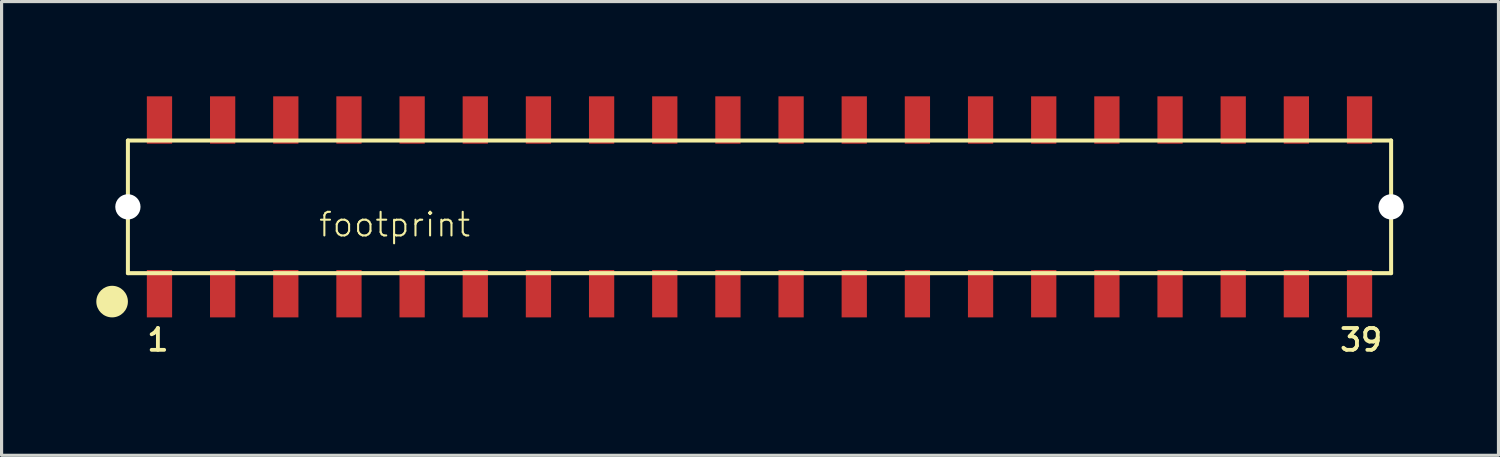
<source format=kicad_pcb>
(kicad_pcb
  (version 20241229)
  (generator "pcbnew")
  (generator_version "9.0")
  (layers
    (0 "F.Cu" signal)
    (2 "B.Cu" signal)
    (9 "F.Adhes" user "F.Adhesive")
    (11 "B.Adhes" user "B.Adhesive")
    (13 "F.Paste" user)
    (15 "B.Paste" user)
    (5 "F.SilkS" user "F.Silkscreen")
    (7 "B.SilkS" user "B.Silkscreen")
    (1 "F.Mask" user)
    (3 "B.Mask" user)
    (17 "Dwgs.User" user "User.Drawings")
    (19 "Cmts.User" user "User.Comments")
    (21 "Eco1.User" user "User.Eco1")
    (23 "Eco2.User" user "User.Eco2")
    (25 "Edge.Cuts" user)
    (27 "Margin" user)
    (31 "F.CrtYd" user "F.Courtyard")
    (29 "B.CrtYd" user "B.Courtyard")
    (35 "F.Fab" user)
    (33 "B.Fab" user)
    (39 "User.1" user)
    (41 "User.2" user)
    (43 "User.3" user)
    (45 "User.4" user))
  (footprint "footprint"
    (layer "F.Cu")
    (at 21 3.5)
    (property "Reference" "footprint" (at -14 1 0) (layer "F.SilkS") (effects (font (size 0.748 0.748) (thickness 0.065)) (justify left bottom)))
    (fp_line (start -20 -2.1) (end 20 -2.1) (stroke (width 0.127) (type solid)) (layer "F.SilkS"))
    (fp_line (start -20 2.1) (end -20 -2.1) (stroke (width 0.127) (type solid)) (layer "F.SilkS"))
    (fp_line (start 20 -2.1) (end 20 2.1) (stroke (width 0.127) (type solid)) (layer "F.SilkS"))
    (fp_line (start 20 2.1) (end -20 2.1) (stroke (width 0.127) (type solid)) (layer "F.SilkS"))
    (fp_circle (center -20.5 3) (end -20.25 3) (stroke (width 0.5) (type solid)) (fill yes) (layer "F.SilkS"))
    (fp_text user "1" (at -19.05 3.81 0) (layer "F.SilkS") (effects (font (size 0.691 0.691) (thickness 0.122)) (justify top)))
    (fp_text user "39" (at 19.05 3.81 0) (layer "F.SilkS") (effects (font (size 0.691 0.691) (thickness 0.122)) (justify top)))
    (pad "" np_thru_hole circle (at -20 0) (size 0.8 0.8) (drill 0.8) (layers "*.Cu" "*.Mask"))
    (pad "" np_thru_hole circle (at 20 0) (size 0.8 0.8) (drill 0.8) (layers "*.Cu" "*.Mask"))
    (pad "1" smd rect (at -19 2.75 180) (size 0.8 1.5) (layers "F.Cu" "F.Mask" "F.Paste"))
    (pad "2" smd rect (at -19 -2.75 180) (size 0.8 1.5) (layers "F.Cu" "F.Mask" "F.Paste"))
    (pad "3" smd rect (at -17 2.75 180) (size 0.8 1.5) (layers "F.Cu" "F.Mask" "F.Paste"))
    (pad "4" smd rect (at -17 -2.75 180) (size 0.8 1.5) (layers "F.Cu" "F.Mask" "F.Paste"))
    (pad "5" smd rect (at -15 2.75 180) (size 0.8 1.5) (layers "F.Cu" "F.Mask" "F.Paste"))
    (pad "6" smd rect (at -15 -2.75 180) (size 0.8 1.5) (layers "F.Cu" "F.Mask" "F.Paste"))
    (pad "7" smd rect (at -13 2.75 180) (size 0.8 1.5) (layers "F.Cu" "F.Mask" "F.Paste"))
    (pad "8" smd rect (at -13 -2.75 180) (size 0.8 1.5) (layers "F.Cu" "F.Mask" "F.Paste"))
    (pad "9" smd rect (at -11 2.75 180) (size 0.8 1.5) (layers "F.Cu" "F.Mask" "F.Paste"))
    (pad "10" smd rect (at -11 -2.75 180) (size 0.8 1.5) (layers "F.Cu" "F.Mask" "F.Paste"))
    (pad "11" smd rect (at -9 2.75 180) (size 0.8 1.5) (layers "F.Cu" "F.Mask" "F.Paste"))
    (pad "12" smd rect (at -9 -2.75 180) (size 0.8 1.5) (layers "F.Cu" "F.Mask" "F.Paste"))
    (pad "13" smd rect (at -7 2.75 180) (size 0.8 1.5) (layers "F.Cu" "F.Mask" "F.Paste"))
    (pad "14" smd rect (at -7 -2.75 180) (size 0.8 1.5) (layers "F.Cu" "F.Mask" "F.Paste"))
    (pad "15" smd rect (at -5 2.75 180) (size 0.8 1.5) (layers "F.Cu" "F.Mask" "F.Paste"))
    (pad "16" smd rect (at -5 -2.75 180) (size 0.8 1.5) (layers "F.Cu" "F.Mask" "F.Paste"))
    (pad "17" smd rect (at -3 2.75 180) (size 0.8 1.5) (layers "F.Cu" "F.Mask" "F.Paste"))
    (pad "18" smd rect (at -3 -2.75 180) (size 0.8 1.5) (layers "F.Cu" "F.Mask" "F.Paste"))
    (pad "19" smd rect (at -1 2.75 180) (size 0.8 1.5) (layers "F.Cu" "F.Mask" "F.Paste"))
    (pad "20" smd rect (at -1 -2.75 180) (size 0.8 1.5) (layers "F.Cu" "F.Mask" "F.Paste"))
    (pad "21" smd rect (at 1 2.75 180) (size 0.8 1.5) (layers "F.Cu" "F.Mask" "F.Paste"))
    (pad "22" smd rect (at 1 -2.75 180) (size 0.8 1.5) (layers "F.Cu" "F.Mask" "F.Paste"))
    (pad "23" smd rect (at 3 2.75 180) (size 0.8 1.5) (layers "F.Cu" "F.Mask" "F.Paste"))
    (pad "24" smd rect (at 3 -2.75 180) (size 0.8 1.5) (layers "F.Cu" "F.Mask" "F.Paste"))
    (pad "25" smd rect (at 5 2.75 180) (size 0.8 1.5) (layers "F.Cu" "F.Mask" "F.Paste"))
    (pad "26" smd rect (at 5 -2.75 180) (size 0.8 1.5) (layers "F.Cu" "F.Mask" "F.Paste"))
    (pad "27" smd rect (at 7 2.75 180) (size 0.8 1.5) (layers "F.Cu" "F.Mask" "F.Paste"))
    (pad "28" smd rect (at 7 -2.75 180) (size 0.8 1.5) (layers "F.Cu" "F.Mask" "F.Paste"))
    (pad "29" smd rect (at 9 2.75 180) (size 0.8 1.5) (layers "F.Cu" "F.Mask" "F.Paste"))
    (pad "30" smd rect (at 9 -2.75 180) (size 0.8 1.5) (layers "F.Cu" "F.Mask" "F.Paste"))
    (pad "31" smd rect (at 11 2.75 180) (size 0.8 1.5) (layers "F.Cu" "F.Mask" "F.Paste"))
    (pad "32" smd rect (at 11 -2.75 180) (size 0.8 1.5) (layers "F.Cu" "F.Mask" "F.Paste"))
    (pad "33" smd rect (at 13 2.75 180) (size 0.8 1.5) (layers "F.Cu" "F.Mask" "F.Paste"))
    (pad "34" smd rect (at 13 -2.75 180) (size 0.8 1.5) (layers "F.Cu" "F.Mask" "F.Paste"))
    (pad "35" smd rect (at 15 2.75 180) (size 0.8 1.5) (layers "F.Cu" "F.Mask" "F.Paste"))
    (pad "36" smd rect (at 15 -2.75 180) (size 0.8 1.5) (layers "F.Cu" "F.Mask" "F.Paste"))
    (pad "37" smd rect (at 17 2.75 180) (size 0.8 1.5) (layers "F.Cu" "F.Mask" "F.Paste"))
    (pad "38" smd rect (at 17 -2.75 180) (size 0.8 1.5) (layers "F.Cu" "F.Mask" "F.Paste"))
    (pad "39" smd rect (at 19 2.75 180) (size 0.8 1.5) (layers "F.Cu" "F.Mask" "F.Paste"))
    (pad "40" smd rect (at 19 -2.75 180) (size 0.8 1.5) (layers "F.Cu" "F.Mask" "F.Paste")))
  (gr_rect
    (start -3 -3)
    (end 44.4 11.367)
    (stroke (width 0.1) (type default))
    (fill no)
    (layer "Edge.Cuts")))
</source>
